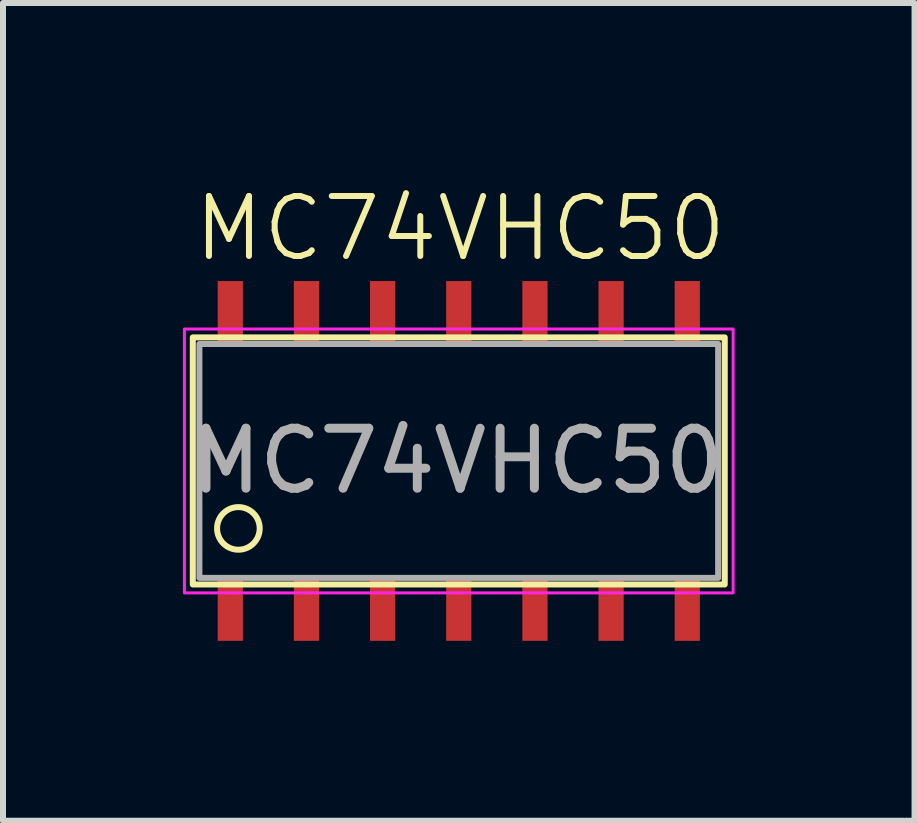
<source format=kicad_pcb>
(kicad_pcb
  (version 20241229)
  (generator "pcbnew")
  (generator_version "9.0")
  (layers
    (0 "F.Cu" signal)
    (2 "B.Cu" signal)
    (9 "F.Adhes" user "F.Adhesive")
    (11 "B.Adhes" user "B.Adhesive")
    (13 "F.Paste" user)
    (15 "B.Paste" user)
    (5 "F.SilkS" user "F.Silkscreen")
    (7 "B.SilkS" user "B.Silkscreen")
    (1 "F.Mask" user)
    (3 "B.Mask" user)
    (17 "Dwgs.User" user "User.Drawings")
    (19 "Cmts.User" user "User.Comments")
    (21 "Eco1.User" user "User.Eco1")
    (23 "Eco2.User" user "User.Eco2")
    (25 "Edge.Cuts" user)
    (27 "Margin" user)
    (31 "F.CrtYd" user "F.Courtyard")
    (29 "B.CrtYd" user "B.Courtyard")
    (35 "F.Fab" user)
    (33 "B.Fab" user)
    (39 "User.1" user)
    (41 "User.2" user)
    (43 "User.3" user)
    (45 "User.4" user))
  (footprint "MC74VHC50"
    (layer "F.Cu")
    (at 4.6 4.636)
    (property "Reference" "MC74VHC50" (at 0.025 -3.875 0) (unlocked yes) (layer "F.SilkS") (effects (font (size 1 1) (thickness 0.1))))
    (attr smd)
    (fp_rect (start -4.435 -2.06) (end 4.435 2.06) (stroke (width 0.1) (type default)) (fill no) (layer "F.SilkS"))
    (fp_circle (center -3.675 1.125) (end -3.45 1.4) (stroke (width 0.1) (type default)) (fill no) (layer "F.SilkS"))
    (fp_rect (start -4.575 -2.2) (end 4.575 2.2) (stroke (width 0.05) (type default)) (fill no) (layer "F.CrtYd"))
    (fp_rect (start -4.325 -1.95) (end 4.325 1.95) (stroke (width 0.1) (type default)) (fill no) (layer "F.Fab"))
    (fp_text user "${REFERENCE}" (at -0.025 0 0) (unlocked yes) (layer "F.Fab") (effects (font (size 1 1) (thickness 0.15))))
    (pad "1" smd rect (at -3.81 2.475) (size 0.42 1.05) (layers "F.Cu" "F.Mask" "F.Paste"))
    (pad "2" smd rect (at -2.54 2.475) (size 0.42 1.05) (layers "F.Cu" "F.Mask" "F.Paste"))
    (pad "3" smd rect (at -1.27 2.475) (size 0.42 1.05) (layers "F.Cu" "F.Mask" "F.Paste"))
    (pad "4" smd rect (at 0 2.475) (size 0.42 1.05) (layers "F.Cu" "F.Mask" "F.Paste"))
    (pad "5" smd rect (at 1.27 2.475) (size 0.42 1.05) (layers "F.Cu" "F.Mask" "F.Paste"))
    (pad "6" smd rect (at 2.54 2.475) (size 0.42 1.05) (layers "F.Cu" "F.Mask" "F.Paste"))
    (pad "7" smd rect (at 3.81 2.475) (size 0.42 1.05) (layers "F.Cu" "F.Mask" "F.Paste"))
    (pad "8" smd rect (at 3.81 -2.475) (size 0.42 1.05) (layers "F.Cu" "F.Mask" "F.Paste"))
    (pad "9" smd rect (at 2.54 -2.475) (size 0.42 1.05) (layers "F.Cu" "F.Mask" "F.Paste"))
    (pad "10" smd rect (at 1.27 -2.475) (size 0.42 1.05) (layers "F.Cu" "F.Mask" "F.Paste"))
    (pad "11" smd rect (at 0 -2.475) (size 0.42 1.05) (layers "F.Cu" "F.Mask" "F.Paste"))
    (pad "12" smd rect (at -1.27 -2.475) (size 0.42 1.05) (layers "F.Cu" "F.Mask" "F.Paste"))
    (pad "13" smd rect (at -2.54 -2.475) (size 0.42 1.05) (layers "F.Cu" "F.Mask" "F.Paste"))
    (pad "14" smd rect (at -3.81 -2.475) (size 0.42 1.05) (layers "F.Cu" "F.Mask" "F.Paste")))
  (gr_rect
    (start -3 -3)
    (end 12.2 10.636)
    (stroke (width 0.1) (type default))
    (fill no)
    (layer "Edge.Cuts")))
</source>
